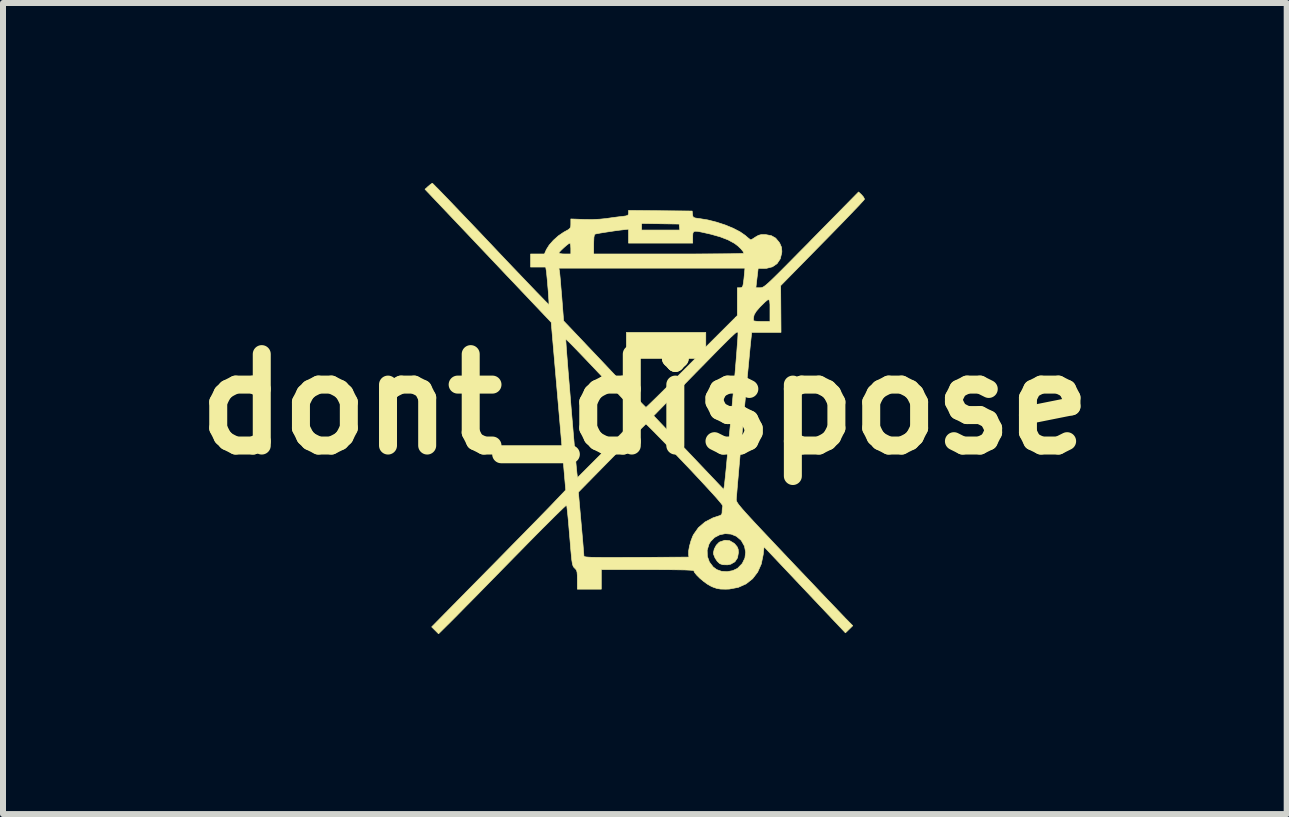
<source format=kicad_pcb>
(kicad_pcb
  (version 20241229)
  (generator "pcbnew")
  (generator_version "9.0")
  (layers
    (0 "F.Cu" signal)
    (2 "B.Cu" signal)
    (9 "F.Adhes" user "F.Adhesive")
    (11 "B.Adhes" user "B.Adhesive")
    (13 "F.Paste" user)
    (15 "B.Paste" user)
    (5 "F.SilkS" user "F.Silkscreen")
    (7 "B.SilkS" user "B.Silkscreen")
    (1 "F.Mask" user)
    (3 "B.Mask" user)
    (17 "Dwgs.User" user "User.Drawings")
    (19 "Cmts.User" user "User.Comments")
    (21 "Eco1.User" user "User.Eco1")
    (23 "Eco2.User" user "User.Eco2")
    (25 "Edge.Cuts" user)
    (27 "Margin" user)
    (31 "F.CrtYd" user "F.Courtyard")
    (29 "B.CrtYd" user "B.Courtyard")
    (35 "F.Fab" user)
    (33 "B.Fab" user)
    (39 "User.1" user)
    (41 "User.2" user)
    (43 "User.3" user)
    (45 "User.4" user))
  (footprint "dont_dispose"
    (layer "F.Cu")
    (at 7.7 3.688)
    (property "Reference" "dont_dispose" (at 0 0 0) (layer "F.SilkS") (effects (font (size 1.524 1.524) (thickness 0.3))))
    (attr through_hole)
    (fp_poly (pts (xy 1.415 2.276) (xy 1.487 2.319) (xy 1.499 2.33) (xy 1.538 2.376) (xy 1.556 2.419) (xy 1.56 2.474) (xy 1.545 2.561) (xy 1.502 2.626) (xy 1.433 2.667) (xy 1.378 2.678) (xy 1.3 2.676) (xy 1.25 2.659) (xy 1.208 2.621) (xy 1.17 2.563) (xy 1.146 2.503) (xy 1.143 2.478) (xy 1.157 2.415) (xy 1.191 2.351) (xy 1.237 2.304) (xy 1.25 2.296) (xy 1.335 2.268) (xy 1.415 2.276)) (stroke (width 0.01) (type solid)) (fill yes) (layer "F.SilkS"))
    (fp_poly (pts (xy -3.528 -3.67) (xy -3.491 -3.632) (xy -3.432 -3.573) (xy -3.355 -3.493) (xy -3.26 -3.395) (xy -3.15 -3.28) (xy -3.027 -3.151) (xy -2.892 -3.01) (xy -2.748 -2.859) (xy -2.597 -2.699) (xy -2.567 -2.668) (xy -2.415 -2.507) (xy -2.27 -2.354) (xy -2.134 -2.212) (xy -2.009 -2.081) (xy -1.897 -1.964) (xy -1.8 -1.863) (xy -1.72 -1.781) (xy -1.659 -1.718) (xy -1.618 -1.677) (xy -1.6 -1.661) (xy -1.599 -1.66) (xy -1.598 -1.68) (xy -1.6 -1.728) (xy -1.605 -1.797) (xy -1.61 -1.88) (xy -1.618 -1.969) (xy -1.625 -2.056) (xy -1.633 -2.135) (xy -1.639 -2.198) (xy -1.643 -2.227) (xy -1.65 -2.268) (xy -1.434 -2.268) (xy -1.425 -2.227) (xy -1.421 -2.197) (xy -1.415 -2.138) (xy -1.407 -2.053) (xy -1.399 -1.95) (xy -1.389 -1.835) (xy -1.385 -1.787) (xy -1.354 -1.388) (xy -1.044 -1.062) (xy -0.944 -0.956) (xy -0.826 -0.832) (xy -0.699 -0.698) (xy -0.57 -0.561) (xy -0.446 -0.43) (xy -0.363 -0.342) (xy -0.269 -0.243) (xy -0.183 -0.153) (xy -0.109 -0.076) (xy -0.049 -0.013) (xy -0.006 0.03) (xy 0.016 0.051) (xy 0.018 0.053) (xy 0.033 0.041) (xy 0.07 0.006) (xy 0.126 -0.048) (xy 0.199 -0.119) (xy 0.285 -0.204) (xy 0.38 -0.299) (xy 0.435 -0.354) (xy 0.843 -0.762) (xy -0.308 -0.762) (xy -0.308 -1.197) (xy 1.016 -1.197) (xy 1.016 -0.953) (xy 1.502 -1.438) (xy 1.81 -1.438) (xy 1.812 -1.392) (xy 1.83 -1.386) (xy 1.875 -1.381) (xy 1.938 -1.379) (xy 1.95 -1.379) (xy 2.086 -1.379) (xy 2.086 -1.57) (xy 2.086 -1.659) (xy 2.081 -1.716) (xy 2.069 -1.742) (xy 2.045 -1.738) (xy 2.005 -1.705) (xy 1.944 -1.645) (xy 1.92 -1.621) (xy 1.859 -1.551) (xy 1.823 -1.493) (xy 1.81 -1.438) (xy 1.502 -1.438) (xy 1.542 -1.478) (xy 1.542 -1.941) (xy 1.587 -1.941) (xy 1.608 -1.943) (xy 1.623 -1.953) (xy 1.635 -1.977) (xy 1.643 -2.02) (xy 1.652 -2.09) (xy 1.659 -2.164) (xy 1.669 -2.268) (xy -1.434 -2.268) (xy -1.65 -2.268) (xy -1.653 -2.286) (xy -1.905 -2.286) (xy -1.905 -2.504) (xy -1.675 -2.504) (xy -1.667 -2.52) (xy -1.433 -2.52) (xy -1.417 -2.511) (xy -1.375 -2.505) (xy -1.333 -2.504) (xy -1.234 -2.504) (xy -1.234 -2.594) (xy -1.237 -2.646) (xy -1.241 -2.665) (xy -0.853 -2.665) (xy -0.853 -2.504) (xy 0.399 -2.504) (xy 0.609 -2.504) (xy 0.807 -2.504) (xy 0.992 -2.505) (xy 1.16 -2.506) (xy 1.308 -2.507) (xy 1.433 -2.508) (xy 1.533 -2.51) (xy 1.604 -2.512) (xy 1.643 -2.513) (xy 1.651 -2.515) (xy 1.637 -2.547) (xy 1.601 -2.591) (xy 1.551 -2.638) (xy 1.495 -2.681) (xy 1.491 -2.683) (xy 1.386 -2.74) (xy 1.256 -2.79) (xy 1.096 -2.835) (xy 1.034 -2.849) (xy 0.939 -2.87) (xy 0.874 -2.882) (xy 0.832 -2.883) (xy 0.81 -2.871) (xy 0.8 -2.845) (xy 0.798 -2.804) (xy 0.798 -2.785) (xy 0.798 -2.685) (xy -0.272 -2.685) (xy -0.272 -2.903) (xy -0.054 -2.903) (xy 0.583 -2.903) (xy 0.577 -2.953) (xy 0.572 -3.003) (xy 0.259 -3.008) (xy -0.054 -3.013) (xy -0.054 -2.903) (xy -0.272 -2.903) (xy -0.272 -2.918) (xy -0.349 -2.909) (xy -0.418 -2.901) (xy -0.5 -2.89) (xy -0.588 -2.877) (xy -0.673 -2.864) (xy -0.747 -2.852) (xy -0.801 -2.842) (xy -0.828 -2.836) (xy -0.841 -2.82) (xy -0.849 -2.782) (xy -0.852 -2.715) (xy -0.853 -2.665) (xy -1.241 -2.665) (xy -1.244 -2.679) (xy -1.249 -2.685) (xy -1.272 -2.674) (xy -1.31 -2.645) (xy -1.354 -2.606) (xy -1.395 -2.567) (xy -1.425 -2.535) (xy -1.433 -2.52) (xy -1.667 -2.52) (xy -1.642 -2.577) (xy -1.595 -2.652) (xy -1.525 -2.732) (xy -1.441 -2.807) (xy -1.353 -2.867) (xy -1.333 -2.878) (xy -1.278 -2.908) (xy -1.249 -2.932) (xy -1.236 -2.959) (xy -1.234 -2.999) (xy -1.234 -3.009) (xy -1.234 -3.088) (xy -1.021 -3.08) (xy -0.886 -3.078) (xy -0.754 -3.084) (xy -0.644 -3.095) (xy -0.555 -3.108) (xy -0.465 -3.12) (xy -0.391 -3.129) (xy -0.376 -3.13) (xy -0.318 -3.138) (xy -0.286 -3.148) (xy -0.274 -3.165) (xy -0.272 -3.186) (xy -0.272 -3.23) (xy 0.259 -3.225) (xy 0.789 -3.22) (xy 0.795 -3.164) (xy 0.8 -3.132) (xy 0.814 -3.113) (xy 0.845 -3.103) (xy 0.903 -3.095) (xy 0.905 -3.095) (xy 1.047 -3.072) (xy 1.194 -3.035) (xy 1.338 -2.988) (xy 1.472 -2.933) (xy 1.586 -2.874) (xy 1.674 -2.813) (xy 1.683 -2.805) (xy 1.725 -2.769) (xy 1.756 -2.745) (xy 1.766 -2.74) (xy 1.786 -2.749) (xy 1.824 -2.773) (xy 1.845 -2.787) (xy 1.894 -2.815) (xy 1.94 -2.827) (xy 2.002 -2.827) (xy 2.015 -2.827) (xy 2.109 -2.809) (xy 2.18 -2.769) (xy 2.238 -2.7) (xy 2.251 -2.679) (xy 2.278 -2.616) (xy 2.284 -2.55) (xy 2.282 -2.522) (xy 2.257 -2.422) (xy 2.204 -2.343) (xy 2.127 -2.29) (xy 2.029 -2.265) (xy 1.983 -2.263) (xy 1.889 -2.265) (xy 1.88 -2.189) (xy 1.872 -2.121) (xy 1.863 -2.046) (xy 1.861 -2.027) (xy 1.851 -1.941) (xy 1.922 -1.941) (xy 1.937 -1.942) (xy 1.952 -1.945) (xy 1.97 -1.952) (xy 1.992 -1.966) (xy 2.021 -1.988) (xy 2.058 -2.02) (xy 2.105 -2.064) (xy 2.165 -2.122) (xy 2.24 -2.196) (xy 2.331 -2.287) (xy 2.441 -2.398) (xy 2.572 -2.531) (xy 2.726 -2.686) (xy 2.778 -2.74) (xy 3.563 -3.538) (xy 3.615 -3.489) (xy 3.646 -3.452) (xy 3.661 -3.421) (xy 3.661 -3.416) (xy 3.648 -3.399) (xy 3.611 -3.359) (xy 3.554 -3.297) (xy 3.478 -3.218) (xy 3.386 -3.122) (xy 3.28 -3.012) (xy 3.163 -2.892) (xy 3.036 -2.762) (xy 2.96 -2.685) (xy 2.264 -1.976) (xy 2.27 -1.197) (xy 1.782 -1.197) (xy 1.771 -1.102) (xy 1.766 -1.056) (xy 1.758 -0.979) (xy 1.748 -0.875) (xy 1.736 -0.747) (xy 1.722 -0.6) (xy 1.706 -0.436) (xy 1.69 -0.26) (xy 1.673 -0.074) (xy 1.655 0.117) (xy 1.637 0.311) (xy 1.62 0.503) (xy 1.603 0.69) (xy 1.586 0.869) (xy 1.571 1.037) (xy 1.558 1.188) (xy 1.546 1.321) (xy 1.537 1.431) (xy 1.53 1.516) (xy 1.525 1.57) (xy 1.524 1.591) (xy 1.525 1.605) (xy 1.531 1.621) (xy 1.542 1.642) (xy 1.561 1.67) (xy 1.59 1.706) (xy 1.629 1.752) (xy 1.681 1.811) (xy 1.748 1.884) (xy 1.831 1.974) (xy 1.932 2.082) (xy 2.053 2.21) (xy 2.195 2.361) (xy 2.36 2.535) (xy 2.37 2.546) (xy 2.517 2.701) (xy 2.66 2.851) (xy 2.796 2.994) (xy 2.922 3.127) (xy 3.037 3.248) (xy 3.138 3.353) (xy 3.222 3.441) (xy 3.287 3.509) (xy 3.33 3.554) (xy 3.341 3.566) (xy 3.466 3.693) (xy 3.405 3.753) (xy 3.344 3.812) (xy 2.665 3.094) (xy 1.987 2.377) (xy 1.973 2.508) (xy 1.941 2.664) (xy 1.881 2.799) (xy 1.796 2.91) (xy 1.687 2.996) (xy 1.557 3.054) (xy 1.408 3.082) (xy 1.346 3.084) (xy 1.262 3.082) (xy 1.198 3.071) (xy 1.135 3.049) (xy 1.098 3.032) (xy 1.041 2.999) (xy 0.978 2.953) (xy 0.917 2.902) (xy 0.865 2.85) (xy 0.829 2.806) (xy 0.816 2.777) (xy 0.8 2.771) (xy 0.75 2.767) (xy 0.667 2.763) (xy 0.549 2.761) (xy 0.397 2.759) (xy 0.209 2.758) (xy 0.045 2.758) (xy -0.726 2.758) (xy -0.726 3.084) (xy -1.125 3.084) (xy -1.125 2.929) (xy -1.126 2.852) (xy -1.13 2.802) (xy -1.139 2.77) (xy -1.156 2.746) (xy -1.169 2.734) (xy -1.182 2.721) (xy -1.193 2.705) (xy -1.202 2.682) (xy -1.21 2.648) (xy -1.218 2.598) (xy -1.225 2.528) (xy -1.234 2.434) (xy -1.244 2.311) (xy -1.254 2.195) (xy -1.265 2.064) (xy -1.275 1.945) (xy -1.285 1.843) (xy -1.294 1.762) (xy -1.3 1.707) (xy -1.305 1.684) (xy -1.305 1.683) (xy -1.319 1.694) (xy -1.357 1.728) (xy -1.415 1.784) (xy -1.493 1.86) (xy -1.587 1.954) (xy -1.697 2.063) (xy -1.819 2.186) (xy -1.951 2.32) (xy -2.092 2.464) (xy -2.172 2.545) (xy -2.324 2.7) (xy -2.474 2.853) (xy -2.618 3) (xy -2.754 3.139) (xy -2.88 3.267) (xy -2.993 3.381) (xy -3.089 3.479) (xy -3.166 3.557) (xy -3.222 3.613) (xy -3.233 3.624) (xy -3.439 3.828) (xy -3.554 3.713) (xy -2.662 2.808) (xy -2.506 2.65) (xy -2.352 2.493) (xy -2.203 2.341) (xy -2.061 2.197) (xy -1.93 2.063) (xy -1.812 1.943) (xy -1.71 1.838) (xy -1.626 1.752) (xy -1.564 1.688) (xy -1.544 1.667) (xy -1.353 1.467) (xy -1.108 1.467) (xy -1.062 1.986) (xy -1.05 2.12) (xy -1.039 2.243) (xy -1.03 2.351) (xy -1.023 2.438) (xy -1.018 2.499) (xy -1.016 2.529) (xy -1.016 2.531) (xy -1.012 2.538) (xy -1 2.543) (xy -0.976 2.547) (xy -0.937 2.55) (xy -0.88 2.553) (xy -0.802 2.554) (xy -0.702 2.555) (xy -0.574 2.555) (xy -0.418 2.555) (xy -0.229 2.554) (xy -0.141 2.554) (xy 0.735 2.549) (xy 0.729 2.508) (xy 0.73 2.447) (xy 0.732 2.434) (xy 1.039 2.434) (xy 1.042 2.536) (xy 1.076 2.631) (xy 1.139 2.713) (xy 1.197 2.757) (xy 1.278 2.786) (xy 1.372 2.792) (xy 1.465 2.775) (xy 1.545 2.737) (xy 1.549 2.733) (xy 1.624 2.656) (xy 1.668 2.565) (xy 1.68 2.466) (xy 1.661 2.367) (xy 1.609 2.275) (xy 1.601 2.266) (xy 1.526 2.202) (xy 1.437 2.166) (xy 1.341 2.158) (xy 1.248 2.177) (xy 1.163 2.221) (xy 1.095 2.29) (xy 1.07 2.332) (xy 1.039 2.434) (xy 0.732 2.434) (xy 0.744 2.367) (xy 0.768 2.28) (xy 0.798 2.201) (xy 0.813 2.172) (xy 0.894 2.057) (xy 1.003 1.964) (xy 1.135 1.895) (xy 1.211 1.87) (xy 1.259 1.854) (xy 1.282 1.836) (xy 1.288 1.803) (xy 1.288 1.788) (xy 1.291 1.737) (xy 1.299 1.7) (xy 1.299 1.699) (xy 1.291 1.68) (xy 1.26 1.64) (xy 1.206 1.576) (xy 1.129 1.49) (xy 1.028 1.38) (xy 0.903 1.245) (xy 0.753 1.085) (xy 0.67 0.998) (xy 0.546 0.868) (xy 0.43 0.746) (xy 0.323 0.635) (xy 0.228 0.538) (xy 0.148 0.456) (xy 0.085 0.393) (xy 0.042 0.351) (xy 0.02 0.331) (xy 0.018 0.33) (xy 0.003 0.344) (xy -0.035 0.381) (xy -0.093 0.438) (xy -0.169 0.514) (xy -0.259 0.605) (xy -0.361 0.708) (xy -0.473 0.821) (xy -0.552 0.901) (xy -1.108 1.467) (xy -1.353 1.467) (xy -1.319 1.431) (xy -1.537 -1.083) (xy -1.318 -1.083) (xy -1.318 -1.064) (xy -1.314 -1.013) (xy -1.309 -0.934) (xy -1.301 -0.829) (xy -1.291 -0.704) (xy -1.28 -0.561) (xy -1.267 -0.405) (xy -1.253 -0.238) (xy -1.239 -0.066) (xy -1.225 0.108) (xy -1.21 0.281) (xy -1.196 0.448) (xy -1.182 0.607) (xy -1.17 0.752) (xy -1.158 0.881) (xy -1.148 0.99) (xy -1.14 1.074) (xy -1.134 1.131) (xy -1.133 1.143) (xy -1.123 1.225) (xy -0.62 0.721) (xy -0.509 0.609) (xy -0.407 0.504) (xy -0.316 0.41) (xy -0.239 0.329) (xy -0.178 0.264) (xy -0.137 0.218) (xy -0.119 0.194) (xy -0.118 0.193) (xy 0.147 0.193) (xy 0.731 0.807) (xy 1.315 1.422) (xy 1.328 1.341) (xy 1.331 1.31) (xy 1.338 1.245) (xy 1.348 1.151) (xy 1.36 1.03) (xy 1.373 0.887) (xy 1.389 0.723) (xy 1.406 0.542) (xy 1.425 0.348) (xy 1.444 0.143) (xy 1.452 0.05) (xy 1.471 -0.157) (xy 1.489 -0.353) (xy 1.505 -0.536) (xy 1.519 -0.703) (xy 1.531 -0.85) (xy 1.54 -0.975) (xy 1.548 -1.074) (xy 1.552 -1.145) (xy 1.553 -1.185) (xy 1.552 -1.192) (xy 1.549 -1.199) (xy 1.544 -1.203) (xy 1.536 -1.202) (xy 1.522 -1.194) (xy 1.501 -1.178) (xy 1.472 -1.151) (xy 1.431 -1.113) (xy 1.377 -1.06) (xy 1.309 -0.992) (xy 1.224 -0.907) (xy 1.121 -0.802) (xy 0.998 -0.676) (xy 0.852 -0.528) (xy 0.725 -0.398) (xy 0.147 0.193) (xy -0.118 0.193) (xy -0.118 0.192) (xy -0.13 0.174) (xy -0.164 0.135) (xy -0.217 0.075) (xy -0.286 -0.001) (xy -0.368 -0.091) (xy -0.46 -0.19) (xy -0.56 -0.297) (xy -0.664 -0.409) (xy -0.77 -0.521) (xy -0.874 -0.631) (xy -0.974 -0.736) (xy -1.067 -0.833) (xy -1.149 -0.918) (xy -1.218 -0.989) (xy -1.271 -1.042) (xy -1.306 -1.074) (xy -1.318 -1.083) (xy -1.537 -1.083) (xy -1.561 -1.365) (xy -1.822 -1.64) (xy -1.882 -1.703) (xy -1.964 -1.79) (xy -2.065 -1.896) (xy -2.181 -2.019) (xy -2.31 -2.154) (xy -2.448 -2.3) (xy -2.592 -2.452) (xy -2.74 -2.608) (xy -2.873 -2.749) (xy -3.665 -3.583) (xy -3.61 -3.633) (xy -3.573 -3.664) (xy -3.546 -3.682) (xy -3.542 -3.683) (xy -3.528 -3.67)) (stroke (width 0.01) (type solid)) (fill yes) (layer "F.SilkS")))
  (gr_rect
    (start -3 -3)
    (end 18.4 10.521)
    (stroke (width 0.1) (type default))
    (fill no)
    (layer "Edge.Cuts")))
</source>
